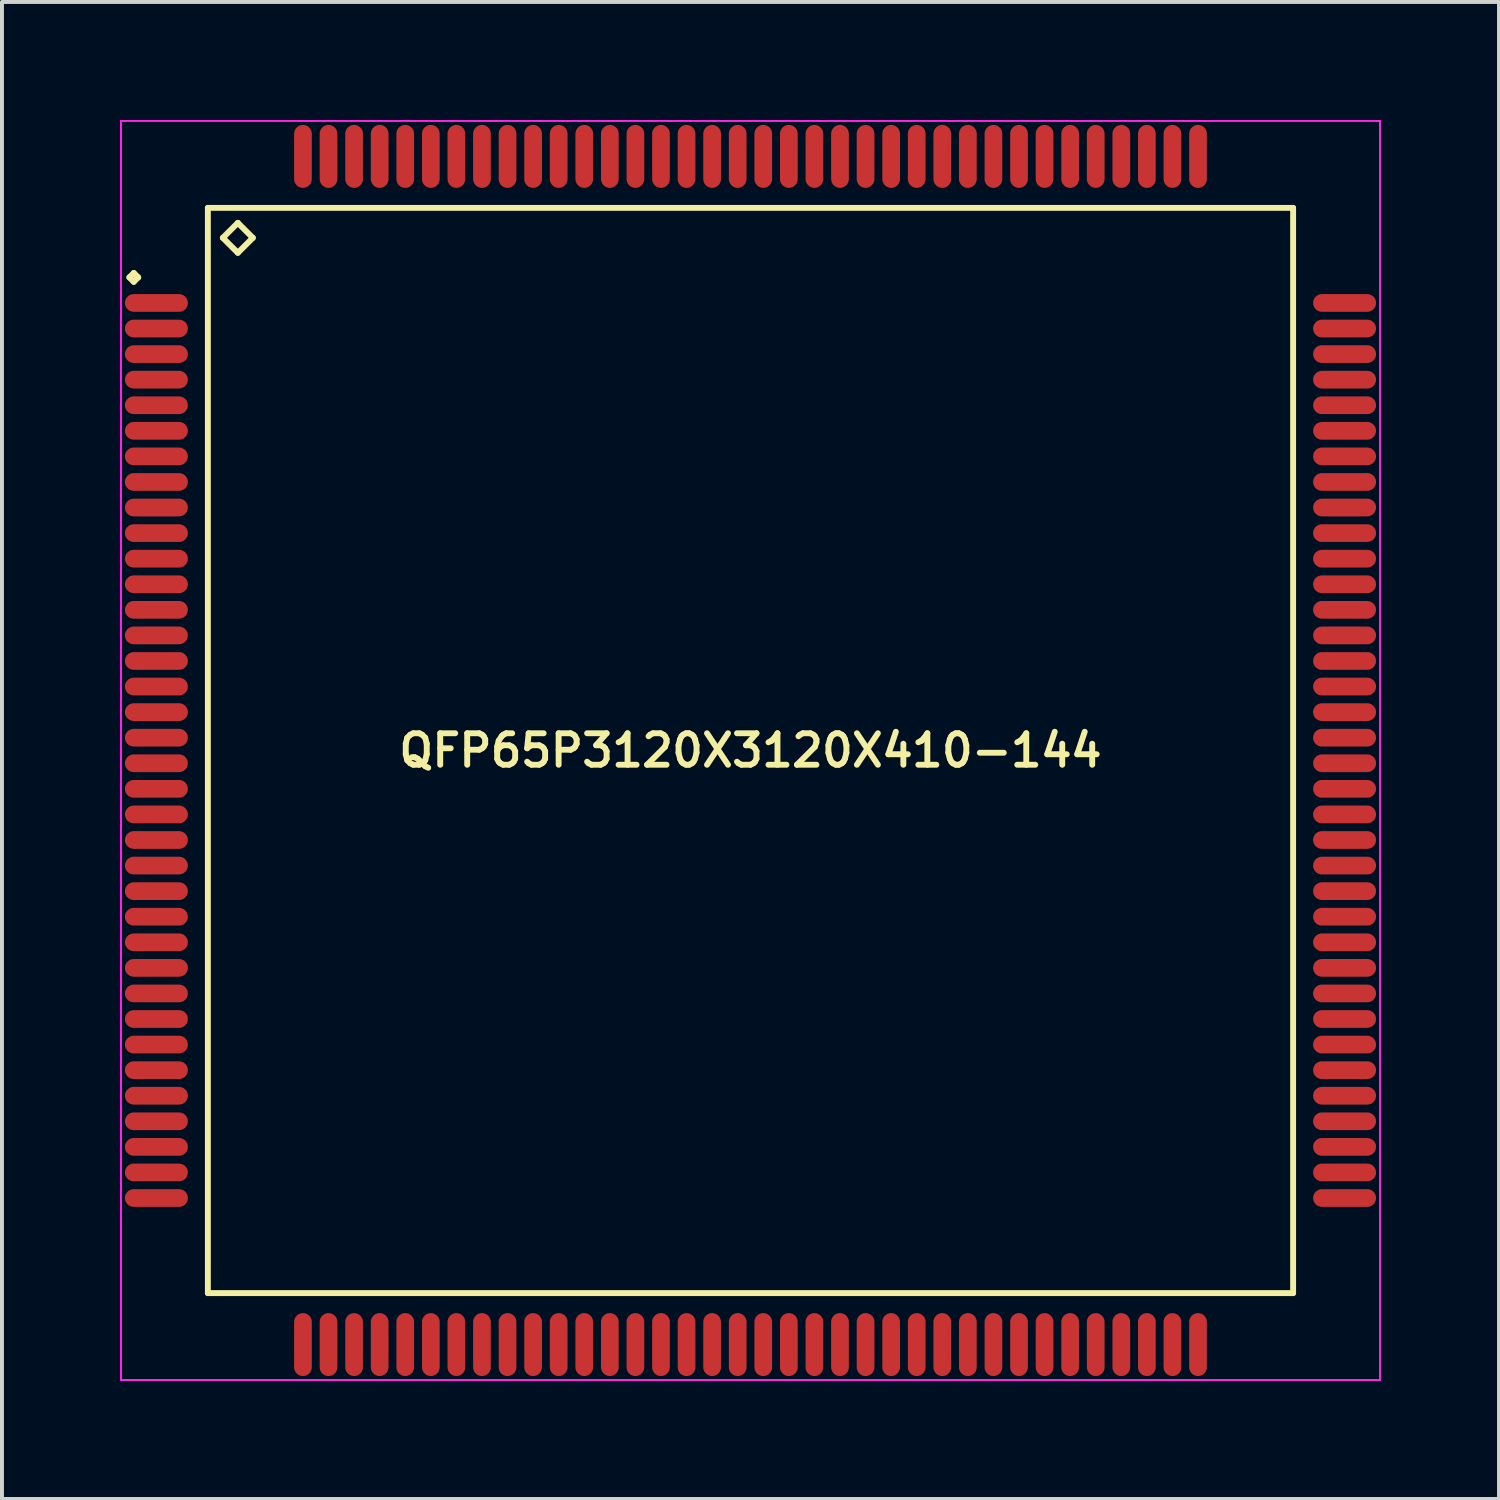
<source format=kicad_pcb>
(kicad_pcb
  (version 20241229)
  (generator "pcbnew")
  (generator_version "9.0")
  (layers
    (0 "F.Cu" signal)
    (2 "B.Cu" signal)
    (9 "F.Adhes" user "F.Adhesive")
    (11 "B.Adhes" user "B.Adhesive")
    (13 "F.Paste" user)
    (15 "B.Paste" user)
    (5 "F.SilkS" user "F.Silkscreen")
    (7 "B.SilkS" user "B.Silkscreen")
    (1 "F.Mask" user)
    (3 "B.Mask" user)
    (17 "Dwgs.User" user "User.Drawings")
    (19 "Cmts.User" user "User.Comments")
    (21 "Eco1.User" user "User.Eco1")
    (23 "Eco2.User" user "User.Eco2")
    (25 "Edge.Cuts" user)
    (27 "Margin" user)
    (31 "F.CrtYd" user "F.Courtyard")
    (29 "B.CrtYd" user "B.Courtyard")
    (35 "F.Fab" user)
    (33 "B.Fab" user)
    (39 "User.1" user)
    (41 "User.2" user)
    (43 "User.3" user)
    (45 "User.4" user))
  (footprint "QFP65P3120X3120X410-144"
    (layer "F.Cu")
    (at 16.025 16.025)
    (property "Reference" "QFP65P3120X3120X410-144" (at 0 0 0) (layer "F.SilkS") (effects (font (size 0.8 0.8) (thickness 0.15))))
    (attr smd)
    (fp_line (start -15.787 -12.025) (end -15.675 -12.137) (stroke (width 0.15) (type solid)) (layer "F.SilkS"))
    (fp_line (start -15.675 -12.137) (end -15.562 -12.025) (stroke (width 0.15) (type solid)) (layer "F.SilkS"))
    (fp_line (start -15.675 -11.912) (end -15.787 -12.025) (stroke (width 0.15) (type solid)) (layer "F.SilkS"))
    (fp_line (start -15.562 -12.025) (end -15.675 -11.912) (stroke (width 0.15) (type solid)) (layer "F.SilkS"))
    (fp_line (start -13.792 -13.792) (end -13.792 13.792) (stroke (width 0.15) (type solid)) (layer "F.SilkS"))
    (fp_line (start -13.792 13.792) (end 13.792 13.792) (stroke (width 0.15) (type solid)) (layer "F.SilkS"))
    (fp_line (start -13.411 -13.03) (end -13.03 -13.411) (stroke (width 0.15) (type solid)) (layer "F.SilkS"))
    (fp_line (start -13.03 -13.411) (end -12.649 -13.03) (stroke (width 0.15) (type solid)) (layer "F.SilkS"))
    (fp_line (start -13.03 -12.649) (end -13.411 -13.03) (stroke (width 0.15) (type solid)) (layer "F.SilkS"))
    (fp_line (start -12.649 -13.03) (end -13.03 -12.649) (stroke (width 0.15) (type solid)) (layer "F.SilkS"))
    (fp_line (start 13.792 -13.792) (end -13.792 -13.792) (stroke (width 0.15) (type solid)) (layer "F.SilkS"))
    (fp_line (start 13.792 13.792) (end 13.792 -13.792) (stroke (width 0.15) (type solid)) (layer "F.SilkS"))
    (fp_line (start -16 -16) (end 16 -16) (stroke (width 0.05) (type solid)) (layer "F.CrtYd"))
    (fp_line (start -16 16) (end -16 -16) (stroke (width 0.05) (type solid)) (layer "F.CrtYd"))
    (fp_line (start 16 -16) (end 16 16) (stroke (width 0.05) (type solid)) (layer "F.CrtYd"))
    (fp_line (start 16 16) (end -16 16) (stroke (width 0.05) (type solid)) (layer "F.CrtYd"))
    (pad "1" smd oval (at -15.1 -11.375) (size 1.6 0.45) (layers "F.Cu" "F.Mask" "F.Paste"))
    (pad "2" smd oval (at -15.1 -10.725) (size 1.6 0.45) (layers "F.Cu" "F.Mask" "F.Paste"))
    (pad "3" smd oval (at -15.1 -10.075) (size 1.6 0.45) (layers "F.Cu" "F.Mask" "F.Paste"))
    (pad "4" smd oval (at -15.1 -9.425) (size 1.6 0.45) (layers "F.Cu" "F.Mask" "F.Paste"))
    (pad "5" smd oval (at -15.1 -8.775) (size 1.6 0.45) (layers "F.Cu" "F.Mask" "F.Paste"))
    (pad "6" smd oval (at -15.1 -8.125) (size 1.6 0.45) (layers "F.Cu" "F.Mask" "F.Paste"))
    (pad "7" smd oval (at -15.1 -7.475) (size 1.6 0.45) (layers "F.Cu" "F.Mask" "F.Paste"))
    (pad "8" smd oval (at -15.1 -6.825) (size 1.6 0.45) (layers "F.Cu" "F.Mask" "F.Paste"))
    (pad "9" smd oval (at -15.1 -6.175) (size 1.6 0.45) (layers "F.Cu" "F.Mask" "F.Paste"))
    (pad "10" smd oval (at -15.1 -5.525) (size 1.6 0.45) (layers "F.Cu" "F.Mask" "F.Paste"))
    (pad "11" smd oval (at -15.1 -4.875) (size 1.6 0.45) (layers "F.Cu" "F.Mask" "F.Paste"))
    (pad "12" smd oval (at -15.1 -4.225) (size 1.6 0.45) (layers "F.Cu" "F.Mask" "F.Paste"))
    (pad "13" smd oval (at -15.1 -3.575) (size 1.6 0.45) (layers "F.Cu" "F.Mask" "F.Paste"))
    (pad "14" smd oval (at -15.1 -2.925) (size 1.6 0.45) (layers "F.Cu" "F.Mask" "F.Paste"))
    (pad "15" smd oval (at -15.1 -2.275) (size 1.6 0.45) (layers "F.Cu" "F.Mask" "F.Paste"))
    (pad "16" smd oval (at -15.1 -1.625) (size 1.6 0.45) (layers "F.Cu" "F.Mask" "F.Paste"))
    (pad "17" smd oval (at -15.1 -0.975) (size 1.6 0.45) (layers "F.Cu" "F.Mask" "F.Paste"))
    (pad "18" smd oval (at -15.1 -0.325) (size 1.6 0.45) (layers "F.Cu" "F.Mask" "F.Paste"))
    (pad "19" smd oval (at -15.1 0.325) (size 1.6 0.45) (layers "F.Cu" "F.Mask" "F.Paste"))
    (pad "20" smd oval (at -15.1 0.975) (size 1.6 0.45) (layers "F.Cu" "F.Mask" "F.Paste"))
    (pad "21" smd oval (at -15.1 1.625) (size 1.6 0.45) (layers "F.Cu" "F.Mask" "F.Paste"))
    (pad "22" smd oval (at -15.1 2.275) (size 1.6 0.45) (layers "F.Cu" "F.Mask" "F.Paste"))
    (pad "23" smd oval (at -15.1 2.925) (size 1.6 0.45) (layers "F.Cu" "F.Mask" "F.Paste"))
    (pad "24" smd oval (at -15.1 3.575) (size 1.6 0.45) (layers "F.Cu" "F.Mask" "F.Paste"))
    (pad "25" smd oval (at -15.1 4.225) (size 1.6 0.45) (layers "F.Cu" "F.Mask" "F.Paste"))
    (pad "26" smd oval (at -15.1 4.875) (size 1.6 0.45) (layers "F.Cu" "F.Mask" "F.Paste"))
    (pad "27" smd oval (at -15.1 5.525) (size 1.6 0.45) (layers "F.Cu" "F.Mask" "F.Paste"))
    (pad "28" smd oval (at -15.1 6.175) (size 1.6 0.45) (layers "F.Cu" "F.Mask" "F.Paste"))
    (pad "29" smd oval (at -15.1 6.825) (size 1.6 0.45) (layers "F.Cu" "F.Mask" "F.Paste"))
    (pad "30" smd oval (at -15.1 7.475) (size 1.6 0.45) (layers "F.Cu" "F.Mask" "F.Paste"))
    (pad "31" smd oval (at -15.1 8.125) (size 1.6 0.45) (layers "F.Cu" "F.Mask" "F.Paste"))
    (pad "32" smd oval (at -15.1 8.775) (size 1.6 0.45) (layers "F.Cu" "F.Mask" "F.Paste"))
    (pad "33" smd oval (at -15.1 9.425) (size 1.6 0.45) (layers "F.Cu" "F.Mask" "F.Paste"))
    (pad "34" smd oval (at -15.1 10.075) (size 1.6 0.45) (layers "F.Cu" "F.Mask" "F.Paste"))
    (pad "35" smd oval (at -15.1 10.725) (size 1.6 0.45) (layers "F.Cu" "F.Mask" "F.Paste"))
    (pad "36" smd oval (at -15.1 11.375) (size 1.6 0.45) (layers "F.Cu" "F.Mask" "F.Paste"))
    (pad "37" smd oval (at -11.375 15.1) (size 0.45 1.6) (layers "F.Cu" "F.Mask" "F.Paste"))
    (pad "38" smd oval (at -10.725 15.1) (size 0.45 1.6) (layers "F.Cu" "F.Mask" "F.Paste"))
    (pad "39" smd oval (at -10.075 15.1) (size 0.45 1.6) (layers "F.Cu" "F.Mask" "F.Paste"))
    (pad "40" smd oval (at -9.425 15.1) (size 0.45 1.6) (layers "F.Cu" "F.Mask" "F.Paste"))
    (pad "41" smd oval (at -8.775 15.1) (size 0.45 1.6) (layers "F.Cu" "F.Mask" "F.Paste"))
    (pad "42" smd oval (at -8.125 15.1) (size 0.45 1.6) (layers "F.Cu" "F.Mask" "F.Paste"))
    (pad "43" smd oval (at -7.475 15.1) (size 0.45 1.6) (layers "F.Cu" "F.Mask" "F.Paste"))
    (pad "44" smd oval (at -6.825 15.1) (size 0.45 1.6) (layers "F.Cu" "F.Mask" "F.Paste"))
    (pad "45" smd oval (at -6.175 15.1) (size 0.45 1.6) (layers "F.Cu" "F.Mask" "F.Paste"))
    (pad "46" smd oval (at -5.525 15.1) (size 0.45 1.6) (layers "F.Cu" "F.Mask" "F.Paste"))
    (pad "47" smd oval (at -4.875 15.1) (size 0.45 1.6) (layers "F.Cu" "F.Mask" "F.Paste"))
    (pad "48" smd oval (at -4.225 15.1) (size 0.45 1.6) (layers "F.Cu" "F.Mask" "F.Paste"))
    (pad "49" smd oval (at -3.575 15.1) (size 0.45 1.6) (layers "F.Cu" "F.Mask" "F.Paste"))
    (pad "50" smd oval (at -2.925 15.1) (size 0.45 1.6) (layers "F.Cu" "F.Mask" "F.Paste"))
    (pad "51" smd oval (at -2.275 15.1) (size 0.45 1.6) (layers "F.Cu" "F.Mask" "F.Paste"))
    (pad "52" smd oval (at -1.625 15.1) (size 0.45 1.6) (layers "F.Cu" "F.Mask" "F.Paste"))
    (pad "53" smd oval (at -0.975 15.1) (size 0.45 1.6) (layers "F.Cu" "F.Mask" "F.Paste"))
    (pad "54" smd oval (at -0.325 15.1) (size 0.45 1.6) (layers "F.Cu" "F.Mask" "F.Paste"))
    (pad "55" smd oval (at 0.325 15.1) (size 0.45 1.6) (layers "F.Cu" "F.Mask" "F.Paste"))
    (pad "56" smd oval (at 0.975 15.1) (size 0.45 1.6) (layers "F.Cu" "F.Mask" "F.Paste"))
    (pad "57" smd oval (at 1.625 15.1) (size 0.45 1.6) (layers "F.Cu" "F.Mask" "F.Paste"))
    (pad "58" smd oval (at 2.275 15.1) (size 0.45 1.6) (layers "F.Cu" "F.Mask" "F.Paste"))
    (pad "59" smd oval (at 2.925 15.1) (size 0.45 1.6) (layers "F.Cu" "F.Mask" "F.Paste"))
    (pad "60" smd oval (at 3.575 15.1) (size 0.45 1.6) (layers "F.Cu" "F.Mask" "F.Paste"))
    (pad "61" smd oval (at 4.225 15.1) (size 0.45 1.6) (layers "F.Cu" "F.Mask" "F.Paste"))
    (pad "62" smd oval (at 4.875 15.1) (size 0.45 1.6) (layers "F.Cu" "F.Mask" "F.Paste"))
    (pad "63" smd oval (at 5.525 15.1) (size 0.45 1.6) (layers "F.Cu" "F.Mask" "F.Paste"))
    (pad "64" smd oval (at 6.175 15.1) (size 0.45 1.6) (layers "F.Cu" "F.Mask" "F.Paste"))
    (pad "65" smd oval (at 6.825 15.1) (size 0.45 1.6) (layers "F.Cu" "F.Mask" "F.Paste"))
    (pad "66" smd oval (at 7.475 15.1) (size 0.45 1.6) (layers "F.Cu" "F.Mask" "F.Paste"))
    (pad "67" smd oval (at 8.125 15.1) (size 0.45 1.6) (layers "F.Cu" "F.Mask" "F.Paste"))
    (pad "68" smd oval (at 8.775 15.1) (size 0.45 1.6) (layers "F.Cu" "F.Mask" "F.Paste"))
    (pad "69" smd oval (at 9.425 15.1) (size 0.45 1.6) (layers "F.Cu" "F.Mask" "F.Paste"))
    (pad "70" smd oval (at 10.075 15.1) (size 0.45 1.6) (layers "F.Cu" "F.Mask" "F.Paste"))
    (pad "71" smd oval (at 10.725 15.1) (size 0.45 1.6) (layers "F.Cu" "F.Mask" "F.Paste"))
    (pad "72" smd oval (at 11.375 15.1) (size 0.45 1.6) (layers "F.Cu" "F.Mask" "F.Paste"))
    (pad "73" smd oval (at 15.1 11.375) (size 1.6 0.45) (layers "F.Cu" "F.Mask" "F.Paste"))
    (pad "74" smd oval (at 15.1 10.725) (size 1.6 0.45) (layers "F.Cu" "F.Mask" "F.Paste"))
    (pad "75" smd oval (at 15.1 10.075) (size 1.6 0.45) (layers "F.Cu" "F.Mask" "F.Paste"))
    (pad "76" smd oval (at 15.1 9.425) (size 1.6 0.45) (layers "F.Cu" "F.Mask" "F.Paste"))
    (pad "77" smd oval (at 15.1 8.775) (size 1.6 0.45) (layers "F.Cu" "F.Mask" "F.Paste"))
    (pad "78" smd oval (at 15.1 8.125) (size 1.6 0.45) (layers "F.Cu" "F.Mask" "F.Paste"))
    (pad "79" smd oval (at 15.1 7.475) (size 1.6 0.45) (layers "F.Cu" "F.Mask" "F.Paste"))
    (pad "80" smd oval (at 15.1 6.825) (size 1.6 0.45) (layers "F.Cu" "F.Mask" "F.Paste"))
    (pad "81" smd oval (at 15.1 6.175) (size 1.6 0.45) (layers "F.Cu" "F.Mask" "F.Paste"))
    (pad "82" smd oval (at 15.1 5.525) (size 1.6 0.45) (layers "F.Cu" "F.Mask" "F.Paste"))
    (pad "83" smd oval (at 15.1 4.875) (size 1.6 0.45) (layers "F.Cu" "F.Mask" "F.Paste"))
    (pad "84" smd oval (at 15.1 4.225) (size 1.6 0.45) (layers "F.Cu" "F.Mask" "F.Paste"))
    (pad "85" smd oval (at 15.1 3.575) (size 1.6 0.45) (layers "F.Cu" "F.Mask" "F.Paste"))
    (pad "86" smd oval (at 15.1 2.925) (size 1.6 0.45) (layers "F.Cu" "F.Mask" "F.Paste"))
    (pad "87" smd oval (at 15.1 2.275) (size 1.6 0.45) (layers "F.Cu" "F.Mask" "F.Paste"))
    (pad "88" smd oval (at 15.1 1.625) (size 1.6 0.45) (layers "F.Cu" "F.Mask" "F.Paste"))
    (pad "89" smd oval (at 15.1 0.975) (size 1.6 0.45) (layers "F.Cu" "F.Mask" "F.Paste"))
    (pad "90" smd oval (at 15.1 0.325) (size 1.6 0.45) (layers "F.Cu" "F.Mask" "F.Paste"))
    (pad "91" smd oval (at 15.1 -0.325) (size 1.6 0.45) (layers "F.Cu" "F.Mask" "F.Paste"))
    (pad "92" smd oval (at 15.1 -0.975) (size 1.6 0.45) (layers "F.Cu" "F.Mask" "F.Paste"))
    (pad "93" smd oval (at 15.1 -1.625) (size 1.6 0.45) (layers "F.Cu" "F.Mask" "F.Paste"))
    (pad "94" smd oval (at 15.1 -2.275) (size 1.6 0.45) (layers "F.Cu" "F.Mask" "F.Paste"))
    (pad "95" smd oval (at 15.1 -2.925) (size 1.6 0.45) (layers "F.Cu" "F.Mask" "F.Paste"))
    (pad "96" smd oval (at 15.1 -3.575) (size 1.6 0.45) (layers "F.Cu" "F.Mask" "F.Paste"))
    (pad "97" smd oval (at 15.1 -4.225) (size 1.6 0.45) (layers "F.Cu" "F.Mask" "F.Paste"))
    (pad "98" smd oval (at 15.1 -4.875) (size 1.6 0.45) (layers "F.Cu" "F.Mask" "F.Paste"))
    (pad "99" smd oval (at 15.1 -5.525) (size 1.6 0.45) (layers "F.Cu" "F.Mask" "F.Paste"))
    (pad "100" smd oval (at 15.1 -6.175) (size 1.6 0.45) (layers "F.Cu" "F.Mask" "F.Paste"))
    (pad "101" smd oval (at 15.1 -6.825) (size 1.6 0.45) (layers "F.Cu" "F.Mask" "F.Paste"))
    (pad "102" smd oval (at 15.1 -7.475) (size 1.6 0.45) (layers "F.Cu" "F.Mask" "F.Paste"))
    (pad "103" smd oval (at 15.1 -8.125) (size 1.6 0.45) (layers "F.Cu" "F.Mask" "F.Paste"))
    (pad "104" smd oval (at 15.1 -8.775) (size 1.6 0.45) (layers "F.Cu" "F.Mask" "F.Paste"))
    (pad "105" smd oval (at 15.1 -9.425) (size 1.6 0.45) (layers "F.Cu" "F.Mask" "F.Paste"))
    (pad "106" smd oval (at 15.1 -10.075) (size 1.6 0.45) (layers "F.Cu" "F.Mask" "F.Paste"))
    (pad "107" smd oval (at 15.1 -10.725) (size 1.6 0.45) (layers "F.Cu" "F.Mask" "F.Paste"))
    (pad "108" smd oval (at 15.1 -11.375) (size 1.6 0.45) (layers "F.Cu" "F.Mask" "F.Paste"))
    (pad "109" smd oval (at 11.375 -15.1) (size 0.45 1.6) (layers "F.Cu" "F.Mask" "F.Paste"))
    (pad "110" smd oval (at 10.725 -15.1) (size 0.45 1.6) (layers "F.Cu" "F.Mask" "F.Paste"))
    (pad "111" smd oval (at 10.075 -15.1) (size 0.45 1.6) (layers "F.Cu" "F.Mask" "F.Paste"))
    (pad "112" smd oval (at 9.425 -15.1) (size 0.45 1.6) (layers "F.Cu" "F.Mask" "F.Paste"))
    (pad "113" smd oval (at 8.775 -15.1) (size 0.45 1.6) (layers "F.Cu" "F.Mask" "F.Paste"))
    (pad "114" smd oval (at 8.125 -15.1) (size 0.45 1.6) (layers "F.Cu" "F.Mask" "F.Paste"))
    (pad "115" smd oval (at 7.475 -15.1) (size 0.45 1.6) (layers "F.Cu" "F.Mask" "F.Paste"))
    (pad "116" smd oval (at 6.825 -15.1) (size 0.45 1.6) (layers "F.Cu" "F.Mask" "F.Paste"))
    (pad "117" smd oval (at 6.175 -15.1) (size 0.45 1.6) (layers "F.Cu" "F.Mask" "F.Paste"))
    (pad "118" smd oval (at 5.525 -15.1) (size 0.45 1.6) (layers "F.Cu" "F.Mask" "F.Paste"))
    (pad "119" smd oval (at 4.875 -15.1) (size 0.45 1.6) (layers "F.Cu" "F.Mask" "F.Paste"))
    (pad "120" smd oval (at 4.225 -15.1) (size 0.45 1.6) (layers "F.Cu" "F.Mask" "F.Paste"))
    (pad "121" smd oval (at 3.575 -15.1) (size 0.45 1.6) (layers "F.Cu" "F.Mask" "F.Paste"))
    (pad "122" smd oval (at 2.925 -15.1) (size 0.45 1.6) (layers "F.Cu" "F.Mask" "F.Paste"))
    (pad "123" smd oval (at 2.275 -15.1) (size 0.45 1.6) (layers "F.Cu" "F.Mask" "F.Paste"))
    (pad "124" smd oval (at 1.625 -15.1) (size 0.45 1.6) (layers "F.Cu" "F.Mask" "F.Paste"))
    (pad "125" smd oval (at 0.975 -15.1) (size 0.45 1.6) (layers "F.Cu" "F.Mask" "F.Paste"))
    (pad "126" smd oval (at 0.325 -15.1) (size 0.45 1.6) (layers "F.Cu" "F.Mask" "F.Paste"))
    (pad "127" smd oval (at -0.325 -15.1) (size 0.45 1.6) (layers "F.Cu" "F.Mask" "F.Paste"))
    (pad "128" smd oval (at -0.975 -15.1) (size 0.45 1.6) (layers "F.Cu" "F.Mask" "F.Paste"))
    (pad "129" smd oval (at -1.625 -15.1) (size 0.45 1.6) (layers "F.Cu" "F.Mask" "F.Paste"))
    (pad "130" smd oval (at -2.275 -15.1) (size 0.45 1.6) (layers "F.Cu" "F.Mask" "F.Paste"))
    (pad "131" smd oval (at -2.925 -15.1) (size 0.45 1.6) (layers "F.Cu" "F.Mask" "F.Paste"))
    (pad "132" smd oval (at -3.575 -15.1) (size 0.45 1.6) (layers "F.Cu" "F.Mask" "F.Paste"))
    (pad "133" smd oval (at -4.225 -15.1) (size 0.45 1.6) (layers "F.Cu" "F.Mask" "F.Paste"))
    (pad "134" smd oval (at -4.875 -15.1) (size 0.45 1.6) (layers "F.Cu" "F.Mask" "F.Paste"))
    (pad "135" smd oval (at -5.525 -15.1) (size 0.45 1.6) (layers "F.Cu" "F.Mask" "F.Paste"))
    (pad "136" smd oval (at -6.175 -15.1) (size 0.45 1.6) (layers "F.Cu" "F.Mask" "F.Paste"))
    (pad "137" smd oval (at -6.825 -15.1) (size 0.45 1.6) (layers "F.Cu" "F.Mask" "F.Paste"))
    (pad "138" smd oval (at -7.475 -15.1) (size 0.45 1.6) (layers "F.Cu" "F.Mask" "F.Paste"))
    (pad "139" smd oval (at -8.125 -15.1) (size 0.45 1.6) (layers "F.Cu" "F.Mask" "F.Paste"))
    (pad "140" smd oval (at -8.775 -15.1) (size 0.45 1.6) (layers "F.Cu" "F.Mask" "F.Paste"))
    (pad "141" smd oval (at -9.425 -15.1) (size 0.45 1.6) (layers "F.Cu" "F.Mask" "F.Paste"))
    (pad "142" smd oval (at -10.075 -15.1) (size 0.45 1.6) (layers "F.Cu" "F.Mask" "F.Paste"))
    (pad "143" smd oval (at -10.725 -15.1) (size 0.45 1.6) (layers "F.Cu" "F.Mask" "F.Paste"))
    (pad "144" smd oval (at -11.375 -15.1) (size 0.45 1.6) (layers "F.Cu" "F.Mask" "F.Paste")))
  (gr_rect
    (start -3 -3)
    (end 35.05 35.05)
    (stroke (width 0.1) (type default))
    (fill no)
    (layer "Edge.Cuts")))
</source>
